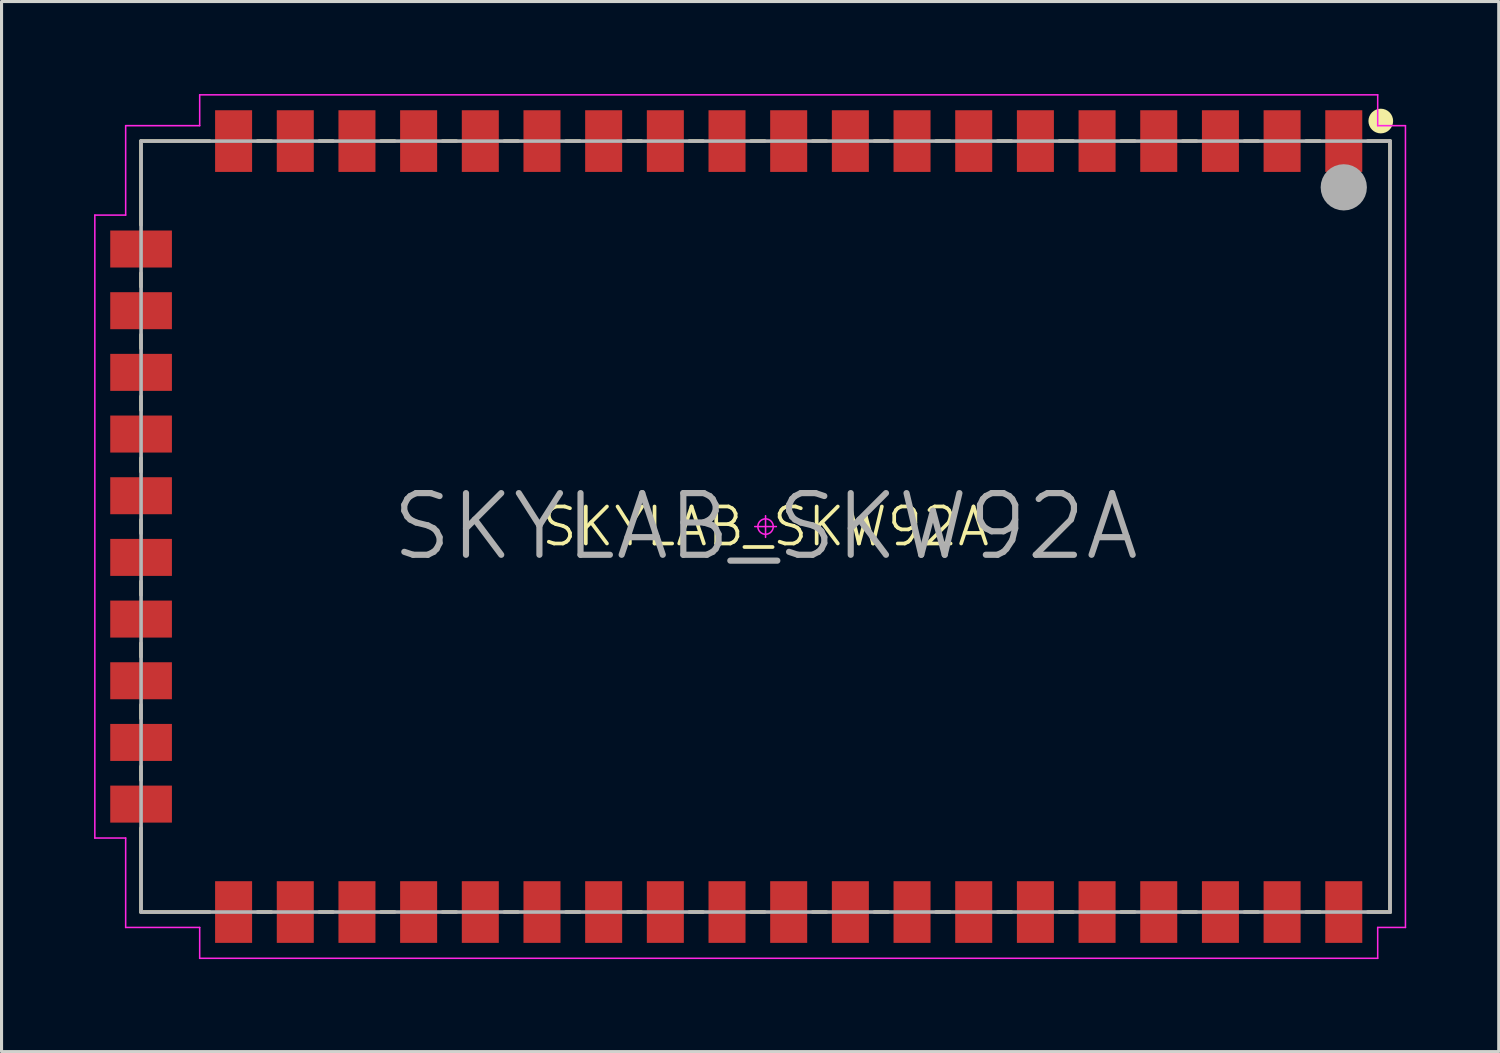
<source format=kicad_pcb>
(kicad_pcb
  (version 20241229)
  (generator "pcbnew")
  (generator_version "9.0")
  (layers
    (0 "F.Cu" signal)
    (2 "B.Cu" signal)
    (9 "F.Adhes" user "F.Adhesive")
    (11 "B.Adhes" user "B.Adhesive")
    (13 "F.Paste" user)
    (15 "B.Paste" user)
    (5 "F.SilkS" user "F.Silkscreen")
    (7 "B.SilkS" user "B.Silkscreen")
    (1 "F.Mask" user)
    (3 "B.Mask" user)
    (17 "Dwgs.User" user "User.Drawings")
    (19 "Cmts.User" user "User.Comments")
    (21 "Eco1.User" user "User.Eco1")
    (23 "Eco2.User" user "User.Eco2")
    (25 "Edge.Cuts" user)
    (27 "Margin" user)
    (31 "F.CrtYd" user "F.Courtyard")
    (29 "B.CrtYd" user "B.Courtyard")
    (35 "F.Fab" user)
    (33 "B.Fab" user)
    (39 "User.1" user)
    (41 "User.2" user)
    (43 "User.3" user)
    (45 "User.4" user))
  (footprint "SKYLAB_SKW92A"
    (layer "F.Cu")
    (at 21.775 14.025)
    (property "Reference" "SKYLAB_SKW92A" (at 0 0 0) (layer "F.SilkS") (effects (font (size 1.2 1.2) (thickness 0.12))))
    (attr smd)
    (fp_line (start -20.25 -12.5) (end -18.03 -12.5) (stroke (width 0.12) (type solid)) (layer "F.SilkS"))
    (fp_line (start -20.25 -9.78) (end -20.25 -12.5) (stroke (width 0.12) (type solid)) (layer "F.SilkS"))
    (fp_line (start -20.25 -7.78) (end -20.25 -8.22) (stroke (width 0.12) (type solid)) (layer "F.SilkS"))
    (fp_line (start -20.25 -5.78) (end -20.25 -6.22) (stroke (width 0.12) (type solid)) (layer "F.SilkS"))
    (fp_line (start -20.25 -3.78) (end -20.25 -4.22) (stroke (width 0.12) (type solid)) (layer "F.SilkS"))
    (fp_line (start -20.25 -1.78) (end -20.25 -2.22) (stroke (width 0.12) (type solid)) (layer "F.SilkS"))
    (fp_line (start -20.25 0.22) (end -20.25 -0.22) (stroke (width 0.12) (type solid)) (layer "F.SilkS"))
    (fp_line (start -20.25 2.22) (end -20.25 1.78) (stroke (width 0.12) (type solid)) (layer "F.SilkS"))
    (fp_line (start -20.25 4.22) (end -20.25 3.78) (stroke (width 0.12) (type solid)) (layer "F.SilkS"))
    (fp_line (start -20.25 6.22) (end -20.25 5.78) (stroke (width 0.12) (type solid)) (layer "F.SilkS"))
    (fp_line (start -20.25 8.22) (end -20.25 7.78) (stroke (width 0.12) (type solid)) (layer "F.SilkS"))
    (fp_line (start -20.25 12.5) (end -20.25 9.78) (stroke (width 0.12) (type solid)) (layer "F.SilkS"))
    (fp_line (start -18.03 12.5) (end -20.25 12.5) (stroke (width 0.12) (type solid)) (layer "F.SilkS"))
    (fp_line (start -16.47 -12.5) (end -16.03 -12.5) (stroke (width 0.12) (type solid)) (layer "F.SilkS"))
    (fp_line (start -16.47 12.5) (end -16.03 12.5) (stroke (width 0.12) (type solid)) (layer "F.SilkS"))
    (fp_line (start -14.47 -12.5) (end -14.03 -12.5) (stroke (width 0.12) (type solid)) (layer "F.SilkS"))
    (fp_line (start -14.47 12.5) (end -14.03 12.5) (stroke (width 0.12) (type solid)) (layer "F.SilkS"))
    (fp_line (start -12.47 -12.5) (end -12.03 -12.5) (stroke (width 0.12) (type solid)) (layer "F.SilkS"))
    (fp_line (start -12.47 12.5) (end -12.03 12.5) (stroke (width 0.12) (type solid)) (layer "F.SilkS"))
    (fp_line (start -10.47 -12.5) (end -10.03 -12.5) (stroke (width 0.12) (type solid)) (layer "F.SilkS"))
    (fp_line (start -10.47 12.5) (end -10.03 12.5) (stroke (width 0.12) (type solid)) (layer "F.SilkS"))
    (fp_line (start -8.47 -12.5) (end -8.03 -12.5) (stroke (width 0.12) (type solid)) (layer "F.SilkS"))
    (fp_line (start -8.47 12.5) (end -8.03 12.5) (stroke (width 0.12) (type solid)) (layer "F.SilkS"))
    (fp_line (start -6.47 -12.5) (end -6.03 -12.5) (stroke (width 0.12) (type solid)) (layer "F.SilkS"))
    (fp_line (start -6.47 12.5) (end -6.03 12.5) (stroke (width 0.12) (type solid)) (layer "F.SilkS"))
    (fp_line (start -4.47 -12.5) (end -4.03 -12.5) (stroke (width 0.12) (type solid)) (layer "F.SilkS"))
    (fp_line (start -4.47 12.5) (end -4.03 12.5) (stroke (width 0.12) (type solid)) (layer "F.SilkS"))
    (fp_line (start -2.47 -12.5) (end -2.03 -12.5) (stroke (width 0.12) (type solid)) (layer "F.SilkS"))
    (fp_line (start -2.47 12.5) (end -2.03 12.5) (stroke (width 0.12) (type solid)) (layer "F.SilkS"))
    (fp_line (start -0.47 -12.5) (end -0.03 -12.5) (stroke (width 0.12) (type solid)) (layer "F.SilkS"))
    (fp_line (start -0.47 12.5) (end -0.03 12.5) (stroke (width 0.12) (type solid)) (layer "F.SilkS"))
    (fp_line (start 1.53 -12.5) (end 1.97 -12.5) (stroke (width 0.12) (type solid)) (layer "F.SilkS"))
    (fp_line (start 1.53 12.5) (end 1.97 12.5) (stroke (width 0.12) (type solid)) (layer "F.SilkS"))
    (fp_line (start 3.53 -12.5) (end 3.97 -12.5) (stroke (width 0.12) (type solid)) (layer "F.SilkS"))
    (fp_line (start 3.53 12.5) (end 3.97 12.5) (stroke (width 0.12) (type solid)) (layer "F.SilkS"))
    (fp_line (start 5.53 -12.5) (end 5.97 -12.5) (stroke (width 0.12) (type solid)) (layer "F.SilkS"))
    (fp_line (start 5.53 12.5) (end 5.97 12.5) (stroke (width 0.12) (type solid)) (layer "F.SilkS"))
    (fp_line (start 7.53 -12.5) (end 7.97 -12.5) (stroke (width 0.12) (type solid)) (layer "F.SilkS"))
    (fp_line (start 7.53 12.5) (end 7.97 12.5) (stroke (width 0.12) (type solid)) (layer "F.SilkS"))
    (fp_line (start 9.53 -12.5) (end 9.97 -12.5) (stroke (width 0.12) (type solid)) (layer "F.SilkS"))
    (fp_line (start 9.53 12.5) (end 9.97 12.5) (stroke (width 0.12) (type solid)) (layer "F.SilkS"))
    (fp_line (start 11.53 -12.5) (end 11.97 -12.5) (stroke (width 0.12) (type solid)) (layer "F.SilkS"))
    (fp_line (start 11.53 12.5) (end 11.97 12.5) (stroke (width 0.12) (type solid)) (layer "F.SilkS"))
    (fp_line (start 13.53 -12.5) (end 13.97 -12.5) (stroke (width 0.12) (type solid)) (layer "F.SilkS"))
    (fp_line (start 13.53 12.5) (end 13.97 12.5) (stroke (width 0.12) (type solid)) (layer "F.SilkS"))
    (fp_line (start 15.53 -12.5) (end 15.97 -12.5) (stroke (width 0.12) (type solid)) (layer "F.SilkS"))
    (fp_line (start 15.53 12.5) (end 15.97 12.5) (stroke (width 0.12) (type solid)) (layer "F.SilkS"))
    (fp_line (start 17.53 -12.5) (end 17.97 -12.5) (stroke (width 0.12) (type solid)) (layer "F.SilkS"))
    (fp_line (start 17.53 12.5) (end 17.97 12.5) (stroke (width 0.12) (type solid)) (layer "F.SilkS"))
    (fp_line (start 19.53 -12.5) (end 20.25 -12.5) (stroke (width 0.12) (type solid)) (layer "F.SilkS"))
    (fp_line (start 20.25 -12.5) (end 20.25 12.5) (stroke (width 0.12) (type solid)) (layer "F.SilkS"))
    (fp_line (start 20.25 12.5) (end 19.53 12.5) (stroke (width 0.12) (type solid)) (layer "F.SilkS"))
    (fp_circle (center 19.95 -13.15) (end 19.95 -12.95) (stroke (width 0.4) (type solid)) (fill no) (layer "F.SilkS"))
    (fp_line (start -20.25 -12.5) (end 20.25 -12.5) (stroke (width 0.025) (type solid)) (layer "Dwgs.User"))
    (fp_line (start -20.25 12.5) (end -20.25 -12.5) (stroke (width 0.025) (type solid)) (layer "Dwgs.User"))
    (fp_line (start 20.25 -12.5) (end 20.25 12.5) (stroke (width 0.025) (type solid)) (layer "Dwgs.User"))
    (fp_line (start 20.25 12.5) (end -20.25 12.5) (stroke (width 0.025) (type solid)) (layer "Dwgs.User"))
    (fp_line (start -21.75 -10.1) (end -21.75 10.1) (stroke (width 0.05) (type solid)) (layer "F.CrtYd"))
    (fp_line (start -21.75 10.1) (end -20.75 10.1) (stroke (width 0.05) (type solid)) (layer "F.CrtYd"))
    (fp_line (start -20.75 -13) (end -20.75 -10.1) (stroke (width 0.05) (type solid)) (layer "F.CrtYd"))
    (fp_line (start -20.75 -10.1) (end -21.75 -10.1) (stroke (width 0.05) (type solid)) (layer "F.CrtYd"))
    (fp_line (start -20.75 10.1) (end -20.75 13) (stroke (width 0.05) (type solid)) (layer "F.CrtYd"))
    (fp_line (start -20.75 13) (end -18.35 13) (stroke (width 0.05) (type solid)) (layer "F.CrtYd"))
    (fp_line (start -18.35 -14) (end -18.35 -13) (stroke (width 0.05) (type solid)) (layer "F.CrtYd"))
    (fp_line (start -18.35 -13) (end -20.75 -13) (stroke (width 0.05) (type solid)) (layer "F.CrtYd"))
    (fp_line (start -18.35 13) (end -18.35 14) (stroke (width 0.05) (type solid)) (layer "F.CrtYd"))
    (fp_line (start -18.35 14) (end 19.85 14) (stroke (width 0.05) (type solid)) (layer "F.CrtYd"))
    (fp_line (start 0 -0.35) (end 0 0.35) (stroke (width 0.05) (type solid)) (layer "F.CrtYd"))
    (fp_line (start 0.35 0) (end -0.35 0) (stroke (width 0.05) (type solid)) (layer "F.CrtYd"))
    (fp_line (start 19.85 -14) (end -18.35 -14) (stroke (width 0.05) (type solid)) (layer "F.CrtYd"))
    (fp_line (start 19.85 -13) (end 19.85 -14) (stroke (width 0.05) (type solid)) (layer "F.CrtYd"))
    (fp_line (start 19.85 13) (end 20.75 13) (stroke (width 0.05) (type solid)) (layer "F.CrtYd"))
    (fp_line (start 19.85 14) (end 19.85 13) (stroke (width 0.05) (type solid)) (layer "F.CrtYd"))
    (fp_line (start 20.75 -13) (end 19.85 -13) (stroke (width 0.05) (type solid)) (layer "F.CrtYd"))
    (fp_line (start 20.75 13) (end 20.75 -13) (stroke (width 0.05) (type solid)) (layer "F.CrtYd"))
    (fp_circle (center 0 0) (end 0 0.25) (stroke (width 0.05) (type solid)) (fill no) (layer "F.CrtYd"))
    (fp_line (start -20.25 -12.5) (end 20.25 -12.5) (stroke (width 0.12) (type solid)) (layer "F.Fab"))
    (fp_line (start -20.25 12.5) (end -20.25 -12.5) (stroke (width 0.12) (type solid)) (layer "F.Fab"))
    (fp_line (start 20.25 -12.5) (end 20.25 12.5) (stroke (width 0.12) (type solid)) (layer "F.Fab"))
    (fp_line (start 20.25 12.5) (end -20.25 12.5) (stroke (width 0.12) (type solid)) (layer "F.Fab"))
    (fp_circle (center 18.75 -11) (end 18.75 -10.625) (stroke (width 0.75) (type solid)) (fill no) (layer "F.Fab"))
    (fp_text user "${REFERENCE}" (at 0 0 0) (layer "F.Fab") (effects (font (size 2 2) (thickness 0.2))))
    (pad "1" smd rect (at 18.75 -12.5) (size 1.2 2) (layers "F.Cu" "F.Mask" "F.Paste"))
    (pad "2" smd rect (at 16.75 -12.5) (size 1.2 2) (layers "F.Cu" "F.Mask" "F.Paste"))
    (pad "3" smd rect (at 14.75 -12.5) (size 1.2 2) (layers "F.Cu" "F.Mask" "F.Paste"))
    (pad "4" smd rect (at 12.75 -12.5) (size 1.2 2) (layers "F.Cu" "F.Mask" "F.Paste"))
    (pad "5" smd rect (at 10.75 -12.5) (size 1.2 2) (layers "F.Cu" "F.Mask" "F.Paste"))
    (pad "6" smd rect (at 8.75 -12.5) (size 1.2 2) (layers "F.Cu" "F.Mask" "F.Paste"))
    (pad "7" smd rect (at 6.75 -12.5) (size 1.2 2) (layers "F.Cu" "F.Mask" "F.Paste"))
    (pad "8" smd rect (at 4.75 -12.5) (size 1.2 2) (layers "F.Cu" "F.Mask" "F.Paste"))
    (pad "9" smd rect (at 2.75 -12.5) (size 1.2 2) (layers "F.Cu" "F.Mask" "F.Paste"))
    (pad "10" smd rect (at 0.75 -12.5) (size 1.2 2) (layers "F.Cu" "F.Mask" "F.Paste"))
    (pad "11" smd rect (at -1.25 -12.5) (size 1.2 2) (layers "F.Cu" "F.Mask" "F.Paste"))
    (pad "12" smd rect (at -3.25 -12.5) (size 1.2 2) (layers "F.Cu" "F.Mask" "F.Paste"))
    (pad "13" smd rect (at -5.25 -12.5) (size 1.2 2) (layers "F.Cu" "F.Mask" "F.Paste"))
    (pad "14" smd rect (at -7.25 -12.5) (size 1.2 2) (layers "F.Cu" "F.Mask" "F.Paste"))
    (pad "15" smd rect (at -9.25 -12.5) (size 1.2 2) (layers "F.Cu" "F.Mask" "F.Paste"))
    (pad "16" smd rect (at -11.25 -12.5) (size 1.2 2) (layers "F.Cu" "F.Mask" "F.Paste"))
    (pad "17" smd rect (at -13.25 -12.5) (size 1.2 2) (layers "F.Cu" "F.Mask" "F.Paste"))
    (pad "18" smd rect (at -15.25 -12.5) (size 1.2 2) (layers "F.Cu" "F.Mask" "F.Paste"))
    (pad "19" smd rect (at -17.25 -12.5) (size 1.2 2) (layers "F.Cu" "F.Mask" "F.Paste"))
    (pad "20" smd rect (at -20.25 -9 90) (size 1.2 2) (layers "F.Cu" "F.Mask" "F.Paste"))
    (pad "21" smd rect (at -20.25 -7 90) (size 1.2 2) (layers "F.Cu" "F.Mask" "F.Paste"))
    (pad "22" smd rect (at -20.25 -5 90) (size 1.2 2) (layers "F.Cu" "F.Mask" "F.Paste"))
    (pad "23" smd rect (at -20.25 -3 90) (size 1.2 2) (layers "F.Cu" "F.Mask" "F.Paste"))
    (pad "24" smd rect (at -20.25 -1 90) (size 1.2 2) (layers "F.Cu" "F.Mask" "F.Paste"))
    (pad "25" smd rect (at -20.25 1 90) (size 1.2 2) (layers "F.Cu" "F.Mask" "F.Paste"))
    (pad "26" smd rect (at -20.25 3 90) (size 1.2 2) (layers "F.Cu" "F.Mask" "F.Paste"))
    (pad "27" smd rect (at -20.25 5 90) (size 1.2 2) (layers "F.Cu" "F.Mask" "F.Paste"))
    (pad "28" smd rect (at -20.25 7 90) (size 1.2 2) (layers "F.Cu" "F.Mask" "F.Paste"))
    (pad "29" smd rect (at -20.25 9 90) (size 1.2 2) (layers "F.Cu" "F.Mask" "F.Paste"))
    (pad "30" smd rect (at -17.25 12.5) (size 1.2 2) (layers "F.Cu" "F.Mask" "F.Paste"))
    (pad "31" smd rect (at -15.25 12.5) (size 1.2 2) (layers "F.Cu" "F.Mask" "F.Paste"))
    (pad "32" smd rect (at -13.25 12.5) (size 1.2 2) (layers "F.Cu" "F.Mask" "F.Paste"))
    (pad "33" smd rect (at -11.25 12.5) (size 1.2 2) (layers "F.Cu" "F.Mask" "F.Paste"))
    (pad "34" smd rect (at -9.25 12.5) (size 1.2 2) (layers "F.Cu" "F.Mask" "F.Paste"))
    (pad "35" smd rect (at -7.25 12.5) (size 1.2 2) (layers "F.Cu" "F.Mask" "F.Paste"))
    (pad "36" smd rect (at -5.25 12.5) (size 1.2 2) (layers "F.Cu" "F.Mask" "F.Paste"))
    (pad "37" smd rect (at -3.25 12.5) (size 1.2 2) (layers "F.Cu" "F.Mask" "F.Paste"))
    (pad "38" smd rect (at -1.25 12.5) (size 1.2 2) (layers "F.Cu" "F.Mask" "F.Paste"))
    (pad "39" smd rect (at 0.75 12.5) (size 1.2 2) (layers "F.Cu" "F.Mask" "F.Paste"))
    (pad "40" smd rect (at 2.75 12.5) (size 1.2 2) (layers "F.Cu" "F.Mask" "F.Paste"))
    (pad "41" smd rect (at 4.75 12.5) (size 1.2 2) (layers "F.Cu" "F.Mask" "F.Paste"))
    (pad "42" smd rect (at 6.75 12.5) (size 1.2 2) (layers "F.Cu" "F.Mask" "F.Paste"))
    (pad "43" smd rect (at 8.75 12.5) (size 1.2 2) (layers "F.Cu" "F.Mask" "F.Paste"))
    (pad "44" smd rect (at 10.75 12.5) (size 1.2 2) (layers "F.Cu" "F.Mask" "F.Paste"))
    (pad "45" smd rect (at 12.75 12.5) (size 1.2 2) (layers "F.Cu" "F.Mask" "F.Paste"))
    (pad "46" smd rect (at 14.75 12.5) (size 1.2 2) (layers "F.Cu" "F.Mask" "F.Paste"))
    (pad "47" smd rect (at 16.75 12.5) (size 1.2 2) (layers "F.Cu" "F.Mask" "F.Paste"))
    (pad "48" smd rect (at 18.75 12.5) (size 1.2 2) (layers "F.Cu" "F.Mask" "F.Paste")))
  (gr_rect
    (start -3 -3)
    (end 45.55 31.05)
    (stroke (width 0.1) (type default))
    (fill no)
    (layer "Edge.Cuts")))
</source>
